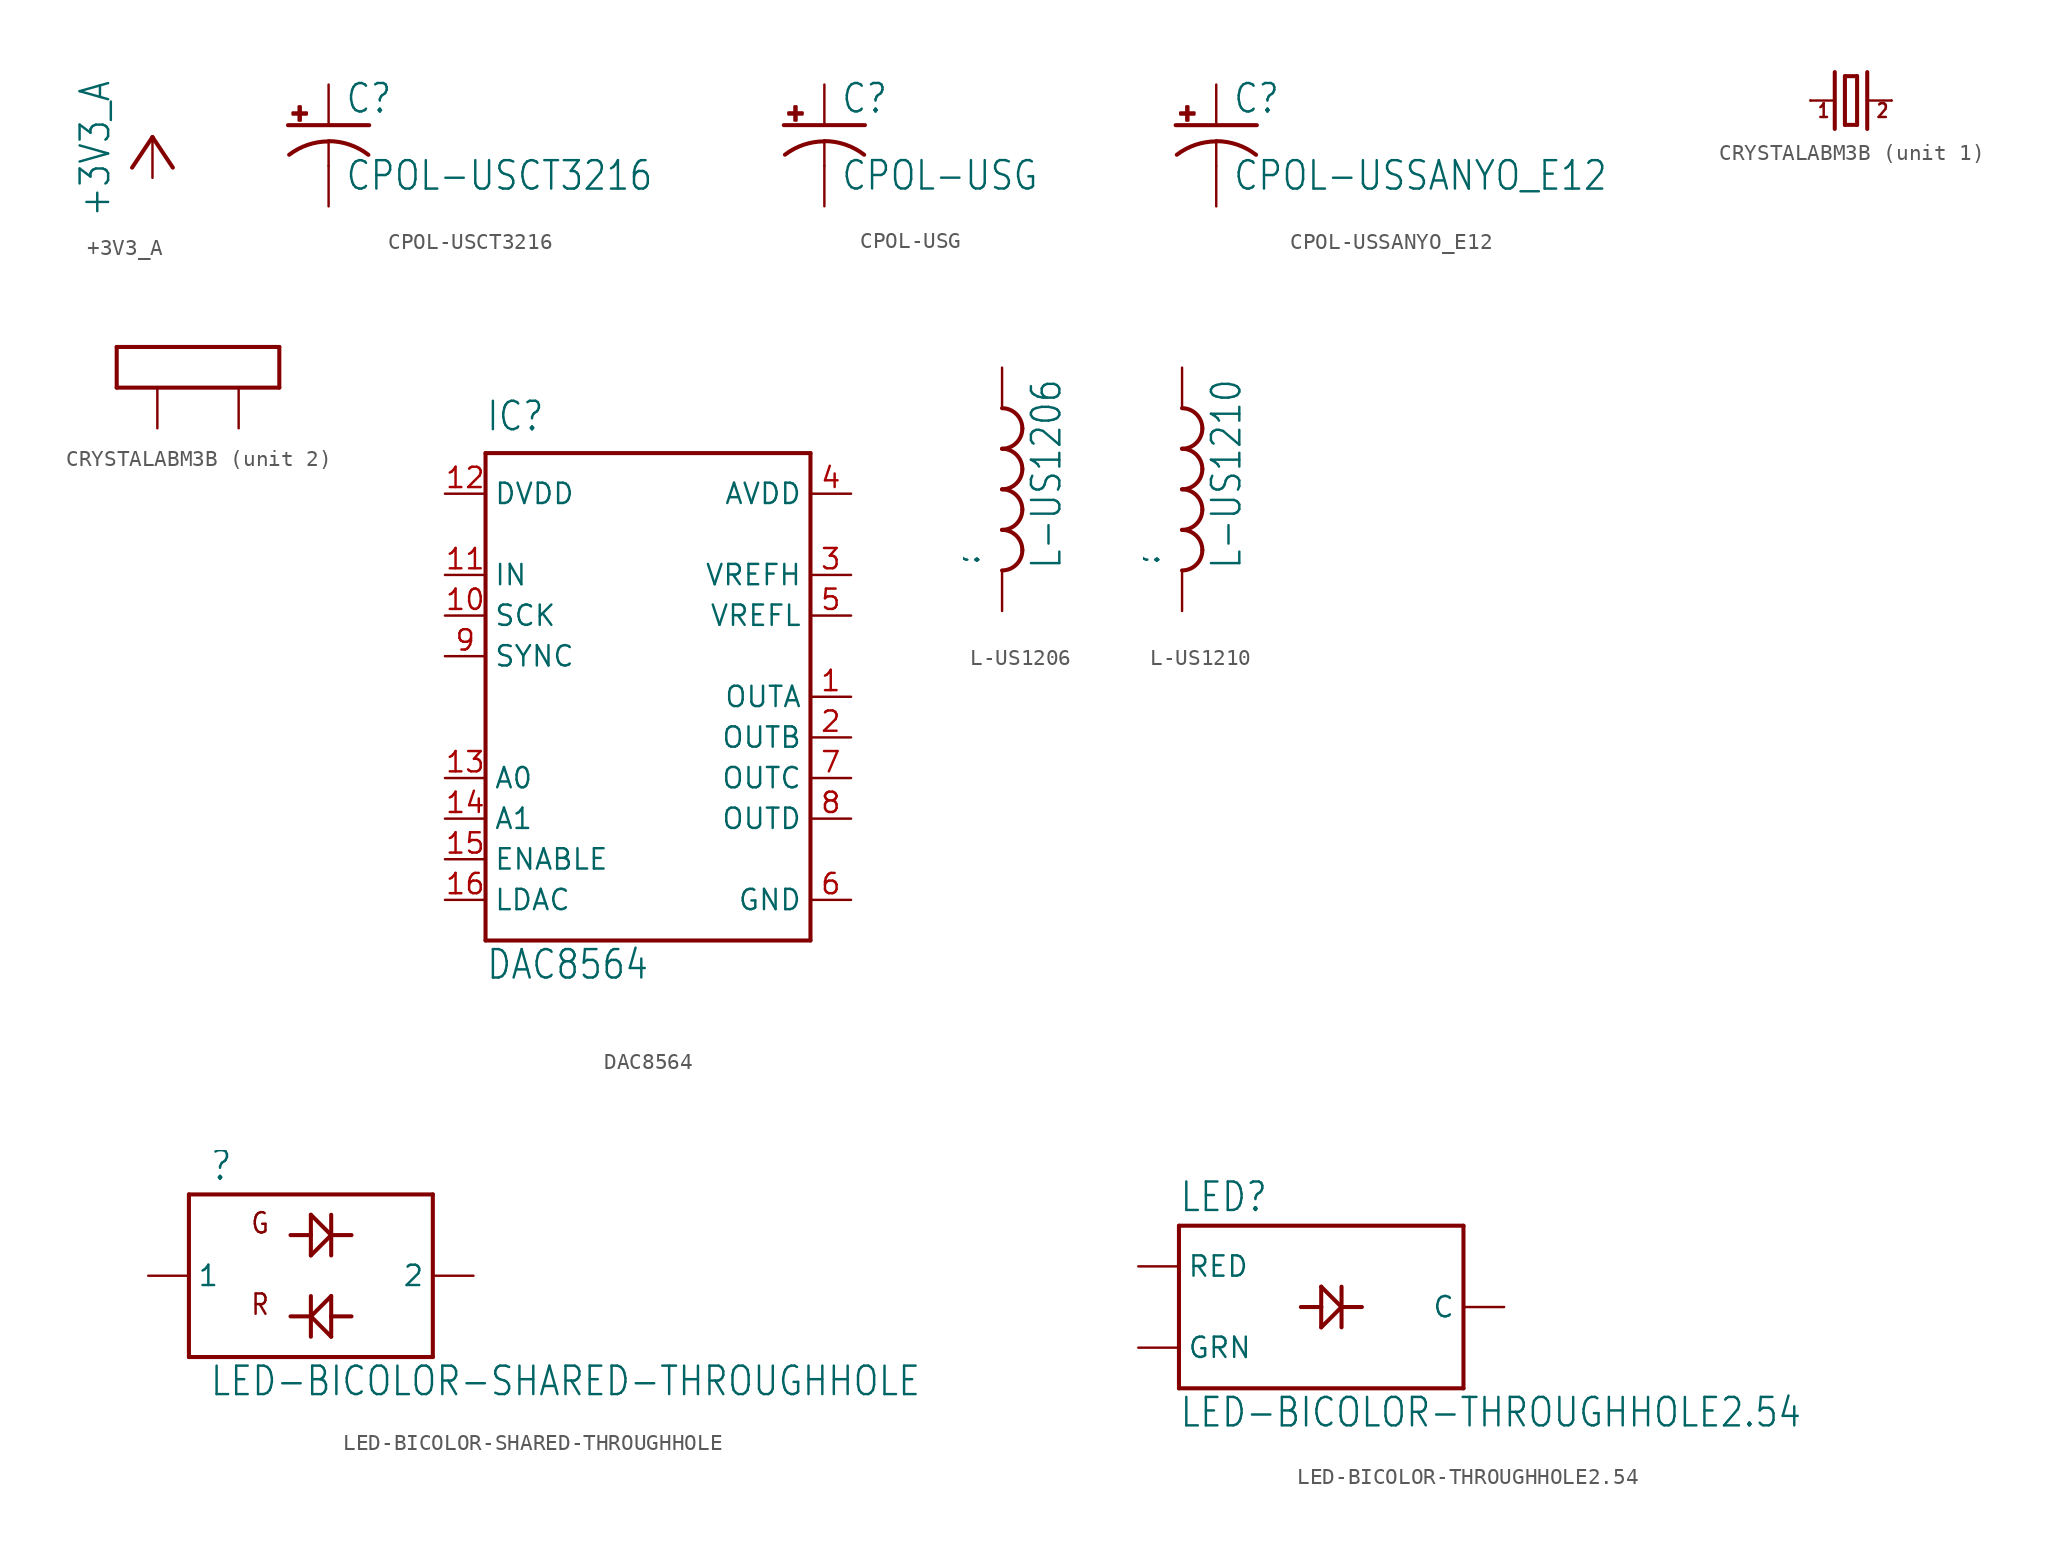
<source format=kicad_sym>
(kicad_symbol_lib
  (version 20211014)
  (generator kicad_symbol_editor)
  (symbol "+3V3_A"
    (power)
    (property "Reference" "#+3V3"
      (at 0 0 0)
      (effects (font (size 1.27 1.27)) hide))
    (property "Value" "+3V3_A"
      (at -2.54 -5.08 90)
      (effects (font (size 1.778 1.511)) (justify left bottom)))
    (property "ki_locked" ""
      (at 0 0 0)
      (effects (font (size 1.27 1.27))))
    (symbol "+3V3_A_1_0"
      (polyline (pts (xy 0 0) (xy -1.27 -1.905)) (stroke (width 0.254) (type default) (color 0 0 0 0)) (fill (type none)))
      (polyline (pts (xy 1.27 -1.905) (xy 0 0)) (stroke (width 0.254) (type default) (color 0 0 0 0)) (fill (type none)))
      (pin power_in line (at 0 -2.54 90) (length 2.54) (name "+3V3_A" (effects (font (size 0 0)))) (number "1" (effects (font (size 0 0)))))))
  (symbol "CPOL-USCT3216"
    (property "Reference" "C"
      (at 1.016 0.635 0)
      (effects (font (size 1.778 1.511)) (justify left bottom)))
    (property "Value" "CPOL-USCT3216"
      (at 1.016 -4.191 0)
      (effects (font (size 1.778 1.511)) (justify left bottom)))
    (property "ki_locked" ""
      (at 0 0 0)
      (effects (font (size 1.27 1.27))))
    (symbol "CPOL-USCT3216_1_0"
      (rectangle (start -2.253 0.668) (end -1.364 0.795) (stroke (width 0) (type default) (color 0 0 0 0)) (fill (type outline)))
      (rectangle (start -1.872 0.287) (end -1.745 1.176) (stroke (width 0) (type default) (color 0 0 0 0)) (fill (type outline)))
      (arc (start 0 -1.0161) (mid -1.3021 -1.2302) (end -2.4669 -1.8504) (stroke (width 0.254) (type default) (color 0 0 0 0)) (fill (type none)))
      (polyline (pts (xy -2.54 0) (xy 2.54 0)) (stroke (width 0.254) (type default) (color 0 0 0 0)) (fill (type none)))
      (polyline (pts (xy 0 -1.016) (xy 0 -2.54)) (stroke (width 0.152) (type default) (color 0 0 0 0)) (fill (type none)))
      (arc (start 2.4892 -1.8542) (mid 1.3158 -1.2195) (end 0 -1) (stroke (width 0.254) (type default) (color 0 0 0 0)) (fill (type none)))
      (pin passive line (at 0 2.54 270) (length 2.54) (name "+" (effects (font (size 0 0)))) (number "+" (effects (font (size 0 0)))))
      (pin passive line (at 0 -5.08 90) (length 2.54) (name "-" (effects (font (size 0 0)))) (number "-" (effects (font (size 0 0)))))))
  (symbol "CPOL-USG"
    (property "Reference" "C"
      (at 1.016 0.635 0)
      (effects (font (size 1.778 1.511)) (justify left bottom)))
    (property "Value" "CPOL-USG"
      (at 1.016 -4.191 0)
      (effects (font (size 1.778 1.511)) (justify left bottom)))
    (property "ki_locked" ""
      (at 0 0 0)
      (effects (font (size 1.27 1.27))))
    (symbol "CPOL-USG_1_0"
      (rectangle (start -2.253 0.668) (end -1.364 0.795) (stroke (width 0) (type default) (color 0 0 0 0)) (fill (type outline)))
      (rectangle (start -1.872 0.287) (end -1.745 1.176) (stroke (width 0) (type default) (color 0 0 0 0)) (fill (type outline)))
      (arc (start 0 -1.0161) (mid -1.3021 -1.2302) (end -2.4669 -1.8504) (stroke (width 0.254) (type default) (color 0 0 0 0)) (fill (type none)))
      (polyline (pts (xy -2.54 0) (xy 2.54 0)) (stroke (width 0.254) (type default) (color 0 0 0 0)) (fill (type none)))
      (polyline (pts (xy 0 -1.016) (xy 0 -2.54)) (stroke (width 0.152) (type default) (color 0 0 0 0)) (fill (type none)))
      (arc (start 2.4892 -1.8542) (mid 1.3158 -1.2195) (end 0 -1) (stroke (width 0.254) (type default) (color 0 0 0 0)) (fill (type none)))
      (pin passive line (at 0 2.54 270) (length 2.54) (name "+" (effects (font (size 0 0)))) (number "+" (effects (font (size 0 0)))))
      (pin passive line (at 0 -5.08 90) (length 2.54) (name "-" (effects (font (size 0 0)))) (number "-" (effects (font (size 0 0)))))))
  (symbol "CPOL-USSANYO_E12"
    (property "Reference" "C"
      (at 1.016 0.635 0)
      (effects (font (size 1.778 1.511)) (justify left bottom)))
    (property "Value" "CPOL-USSANYO_E12"
      (at 1.016 -4.191 0)
      (effects (font (size 1.778 1.511)) (justify left bottom)))
    (property "ki_locked" ""
      (at 0 0 0)
      (effects (font (size 1.27 1.27))))
    (symbol "CPOL-USSANYO_E12_1_0"
      (rectangle (start -2.253 0.668) (end -1.364 0.795) (stroke (width 0) (type default) (color 0 0 0 0)) (fill (type outline)))
      (rectangle (start -1.872 0.287) (end -1.745 1.176) (stroke (width 0) (type default) (color 0 0 0 0)) (fill (type outline)))
      (arc (start 0 -1.0161) (mid -1.3021 -1.2302) (end -2.4669 -1.8504) (stroke (width 0.254) (type default) (color 0 0 0 0)) (fill (type none)))
      (polyline (pts (xy -2.54 0) (xy 2.54 0)) (stroke (width 0.254) (type default) (color 0 0 0 0)) (fill (type none)))
      (polyline (pts (xy 0 -1.016) (xy 0 -2.54)) (stroke (width 0.152) (type default) (color 0 0 0 0)) (fill (type none)))
      (arc (start 2.4892 -1.8542) (mid 1.3158 -1.2195) (end 0 -1) (stroke (width 0.254) (type default) (color 0 0 0 0)) (fill (type none)))
      (pin passive line (at 0 2.54 270) (length 2.54) (name "+" (effects (font (size 0 0)))) (number "+" (effects (font (size 0 0)))))
      (pin passive line (at 0 -5.08 90) (length 2.54) (name "-" (effects (font (size 0 0)))) (number "-" (effects (font (size 0 0)))))))
  (symbol "CRYSTALABM3B"
    (property "Reference" "Q"
      (at 2.54 1.016 0)
      (effects (font (size 1.778 1.511)) (justify left bottom) hide))
    (property "ki_locked" ""
      (at 0 0 0)
      (effects (font (size 1.27 1.27))))
    (symbol "CRYSTALABM3B_1_0"
      (polyline (pts (xy -2.54 0) (xy -1.016 0)) (stroke (width 0.152) (type default) (color 0 0 0 0)) (fill (type none)))
      (polyline (pts (xy -1.016 1.778) (xy -1.016 -1.778)) (stroke (width 0.254) (type default) (color 0 0 0 0)) (fill (type none)))
      (polyline (pts (xy -0.381 -1.524) (xy 0.381 -1.524)) (stroke (width 0.254) (type default) (color 0 0 0 0)) (fill (type none)))
      (polyline (pts (xy -0.381 1.524) (xy -0.381 -1.524)) (stroke (width 0.254) (type default) (color 0 0 0 0)) (fill (type none)))
      (polyline (pts (xy 0.381 -1.524) (xy 0.381 1.524)) (stroke (width 0.254) (type default) (color 0 0 0 0)) (fill (type none)))
      (polyline (pts (xy 0.381 1.524) (xy -0.381 1.524)) (stroke (width 0.254) (type default) (color 0 0 0 0)) (fill (type none)))
      (polyline (pts (xy 1.016 0) (xy 2.54 0)) (stroke (width 0.152) (type default) (color 0 0 0 0)) (fill (type none)))
      (polyline (pts (xy 1.016 1.778) (xy 1.016 -1.778)) (stroke (width 0.254) (type default) (color 0 0 0 0)) (fill (type none)))
      (text "1" (at -2.159 -1.143 0) (effects (font (size 0.864 0.734)) (justify left bottom)))
      (text "2" (at 1.524 -1.143 0) (effects (font (size 0.864 0.734)) (justify left bottom)))
      (pin passive line (at -2.54 0 0) (length 0) (name "1" (effects (font (size 0 0)))) (number "1" (effects (font (size 0 0)))))
      (pin passive line (at 2.54 0 180) (length 0) (name "2" (effects (font (size 0 0)))) (number "3" (effects (font (size 0 0))))))
    (symbol "CRYSTALABM3B_2_0"
      (polyline (pts (xy -2.54 0) (xy 7.62 0)) (stroke (width 0.254) (type default) (color 0 0 0 0)) (fill (type none)))
      (polyline (pts (xy -2.54 2.54) (xy -2.54 0)) (stroke (width 0.254) (type default) (color 0 0 0 0)) (fill (type none)))
      (polyline (pts (xy 7.62 0) (xy 7.62 2.54)) (stroke (width 0.254) (type default) (color 0 0 0 0)) (fill (type none)))
      (polyline (pts (xy 7.62 2.54) (xy -2.54 2.54)) (stroke (width 0.254) (type default) (color 0 0 0 0)) (fill (type none)))
      (pin power_in line (at 0 -2.54 90) (length 2.54) (name "LID1" (effects (font (size 0 0)))) (number "2" (effects (font (size 0 0)))))
      (pin power_in line (at 5.08 -2.54 90) (length 2.54) (name "LID2" (effects (font (size 0 0)))) (number "4" (effects (font (size 0 0)))))))
  (symbol "DAC8564"
    (property "Reference" "IC"
      (at -10.16 16.51 0)
      (effects (font (size 1.778 1.511)) (justify left bottom)))
    (property "Value" "DAC8564"
      (at -10.16 -17.78 0)
      (effects (font (size 1.778 1.511)) (justify left bottom)))
    (property "ki_locked" ""
      (at 0 0 0)
      (effects (font (size 1.27 1.27))))
    (symbol "DAC8564_1_0"
      (polyline (pts (xy -10.16 -15.24) (xy 10.16 -15.24)) (stroke (width 0.254) (type default) (color 0 0 0 0)) (fill (type none)))
      (polyline (pts (xy -10.16 15.24) (xy -10.16 -15.24)) (stroke (width 0.254) (type default) (color 0 0 0 0)) (fill (type none)))
      (polyline (pts (xy 10.16 -15.24) (xy 10.16 15.24)) (stroke (width 0.254) (type default) (color 0 0 0 0)) (fill (type none)))
      (polyline (pts (xy 10.16 15.24) (xy -10.16 15.24)) (stroke (width 0.254) (type default) (color 0 0 0 0)) (fill (type none)))
      (pin output line (at 12.7 0 180) (length 2.54) (name "OUTA" (effects (font (size 1.27 1.27)))) (number "1" (effects (font (size 1.27 1.27)))))
      (pin input line (at -12.7 5.08 0) (length 2.54) (name "SCK" (effects (font (size 1.27 1.27)))) (number "10" (effects (font (size 1.27 1.27)))))
      (pin input line (at -12.7 7.62 0) (length 2.54) (name "IN" (effects (font (size 1.27 1.27)))) (number "11" (effects (font (size 1.27 1.27)))))
      (pin power_in line (at -12.7 12.7 0) (length 2.54) (name "DVDD" (effects (font (size 1.27 1.27)))) (number "12" (effects (font (size 1.27 1.27)))))
      (pin input line (at -12.7 -5.08 0) (length 2.54) (name "A0" (effects (font (size 1.27 1.27)))) (number "13" (effects (font (size 1.27 1.27)))))
      (pin input line (at -12.7 -7.62 0) (length 2.54) (name "A1" (effects (font (size 1.27 1.27)))) (number "14" (effects (font (size 1.27 1.27)))))
      (pin input line (at -12.7 -10.16 0) (length 2.54) (name "ENABLE" (effects (font (size 1.27 1.27)))) (number "15" (effects (font (size 1.27 1.27)))))
      (pin input line (at -12.7 -12.7 0) (length 2.54) (name "LDAC" (effects (font (size 1.27 1.27)))) (number "16" (effects (font (size 1.27 1.27)))))
      (pin output line (at 12.7 -2.54 180) (length 2.54) (name "OUTB" (effects (font (size 1.27 1.27)))) (number "2" (effects (font (size 1.27 1.27)))))
      (pin bidirectional line (at 12.7 7.62 180) (length 2.54) (name "VREFH" (effects (font (size 1.27 1.27)))) (number "3" (effects (font (size 1.27 1.27)))))
      (pin power_in line (at 12.7 12.7 180) (length 2.54) (name "AVDD" (effects (font (size 1.27 1.27)))) (number "4" (effects (font (size 1.27 1.27)))))
      (pin bidirectional line (at 12.7 5.08 180) (length 2.54) (name "VREFL" (effects (font (size 1.27 1.27)))) (number "5" (effects (font (size 1.27 1.27)))))
      (pin power_in line (at 12.7 -12.7 180) (length 2.54) (name "GND" (effects (font (size 1.27 1.27)))) (number "6" (effects (font (size 1.27 1.27)))))
      (pin output line (at 12.7 -5.08 180) (length 2.54) (name "OUTC" (effects (font (size 1.27 1.27)))) (number "7" (effects (font (size 1.27 1.27)))))
      (pin output line (at 12.7 -7.62 180) (length 2.54) (name "OUTD" (effects (font (size 1.27 1.27)))) (number "8" (effects (font (size 1.27 1.27)))))
      (pin input line (at -12.7 2.54 0) (length 2.54) (name "SYNC" (effects (font (size 1.27 1.27)))) (number "9" (effects (font (size 1.27 1.27)))))))
  (symbol "L-US1206"
    (property "Reference" ""
      (at -1.27 -5.08 90)
      (effects (font (size 1.778 1.511)) (justify left bottom)))
    (property "Value" "L-US1206"
      (at 3.81 -5.08 90)
      (effects (font (size 1.778 1.511)) (justify left bottom)))
    (property "ki_locked" ""
      (at 0 0 0)
      (effects (font (size 1.27 1.27))))
    (symbol "L-US1206_1_0"
      (arc (start 0 -5.08) (mid 0.898 -4.708) (end 1.27 -3.81) (stroke (width 0.254) (type default) (color 0 0 0 0)) (fill (type none)))
      (arc (start 0 -2.54) (mid 0.898 -2.168) (end 1.27 -1.27) (stroke (width 0.254) (type default) (color 0 0 0 0)) (fill (type none)))
      (arc (start 0 0) (mid 0.898 0.372) (end 1.27 1.27) (stroke (width 0.254) (type default) (color 0 0 0 0)) (fill (type none)))
      (arc (start 0 2.54) (mid 0.898 2.912) (end 1.27 3.81) (stroke (width 0.254) (type default) (color 0 0 0 0)) (fill (type none)))
      (arc (start 1.27 -3.81) (mid 0.898 -2.912) (end 0 -2.54) (stroke (width 0.254) (type default) (color 0 0 0 0)) (fill (type none)))
      (arc (start 1.27 -1.27) (mid 0.898 -0.372) (end 0 0) (stroke (width 0.254) (type default) (color 0 0 0 0)) (fill (type none)))
      (arc (start 1.27 1.27) (mid 0.898 2.168) (end 0 2.54) (stroke (width 0.254) (type default) (color 0 0 0 0)) (fill (type none)))
      (arc (start 1.27 3.81) (mid 0.898 4.708) (end 0 5.08) (stroke (width 0.254) (type default) (color 0 0 0 0)) (fill (type none)))
      (pin passive line (at 0 7.62 270) (length 2.54) (name "1" (effects (font (size 0 0)))) (number "1" (effects (font (size 0 0)))))
      (pin passive line (at 0 -7.62 90) (length 2.54) (name "2" (effects (font (size 0 0)))) (number "2" (effects (font (size 0 0)))))))
  (symbol "L-US1210"
    (property "Reference" ""
      (at -1.27 -5.08 90)
      (effects (font (size 1.778 1.511)) (justify left bottom)))
    (property "Value" "L-US1210"
      (at 3.81 -5.08 90)
      (effects (font (size 1.778 1.511)) (justify left bottom)))
    (property "ki_locked" ""
      (at 0 0 0)
      (effects (font (size 1.27 1.27))))
    (symbol "L-US1210_1_0"
      (arc (start 0 -5.08) (mid 0.898 -4.708) (end 1.27 -3.81) (stroke (width 0.254) (type default) (color 0 0 0 0)) (fill (type none)))
      (arc (start 0 -2.54) (mid 0.898 -2.168) (end 1.27 -1.27) (stroke (width 0.254) (type default) (color 0 0 0 0)) (fill (type none)))
      (arc (start 0 0) (mid 0.898 0.372) (end 1.27 1.27) (stroke (width 0.254) (type default) (color 0 0 0 0)) (fill (type none)))
      (arc (start 0 2.54) (mid 0.898 2.912) (end 1.27 3.81) (stroke (width 0.254) (type default) (color 0 0 0 0)) (fill (type none)))
      (arc (start 1.27 -3.81) (mid 0.898 -2.912) (end 0 -2.54) (stroke (width 0.254) (type default) (color 0 0 0 0)) (fill (type none)))
      (arc (start 1.27 -1.27) (mid 0.898 -0.372) (end 0 0) (stroke (width 0.254) (type default) (color 0 0 0 0)) (fill (type none)))
      (arc (start 1.27 1.27) (mid 0.898 2.168) (end 0 2.54) (stroke (width 0.254) (type default) (color 0 0 0 0)) (fill (type none)))
      (arc (start 1.27 3.81) (mid 0.898 4.708) (end 0 5.08) (stroke (width 0.254) (type default) (color 0 0 0 0)) (fill (type none)))
      (pin passive line (at 0 7.62 270) (length 2.54) (name "1" (effects (font (size 0 0)))) (number "1" (effects (font (size 0 0)))))
      (pin passive line (at 0 -7.62 90) (length 2.54) (name "2" (effects (font (size 0 0)))) (number "2" (effects (font (size 0 0)))))))
  (symbol "LED-BICOLOR-SHARED-THROUGHHOLE"
    (property "Reference" ""
      (at -6.35 5.842 0)
      (effects (font (size 1.778 1.511)) (justify left bottom)))
    (property "Value" "LED-BICOLOR-SHARED-THROUGHHOLE"
      (at -6.35 -7.62 0)
      (effects (font (size 1.778 1.511)) (justify left bottom)))
    (property "ki_locked" ""
      (at 0 0 0)
      (effects (font (size 1.27 1.27))))
    (symbol "LED-BICOLOR-SHARED-THROUGHHOLE_1_0"
      (polyline (pts (xy -7.62 -5.08) (xy -7.62 5.08)) (stroke (width 0.254) (type default) (color 0 0 0 0)) (fill (type none)))
      (polyline (pts (xy -7.62 5.08) (xy 7.62 5.08)) (stroke (width 0.254) (type default) (color 0 0 0 0)) (fill (type none)))
      (polyline (pts (xy 0 -2.54) (xy -1.27 -2.54)) (stroke (width 0.254) (type default) (color 0 0 0 0)) (fill (type none)))
      (polyline (pts (xy 0 -2.54) (xy 0 -3.81)) (stroke (width 0.254) (type default) (color 0 0 0 0)) (fill (type none)))
      (polyline (pts (xy 0 -2.54) (xy 1.27 -1.27)) (stroke (width 0.254) (type default) (color 0 0 0 0)) (fill (type none)))
      (polyline (pts (xy 0 -1.27) (xy 0 -2.54)) (stroke (width 0.254) (type default) (color 0 0 0 0)) (fill (type none)))
      (polyline (pts (xy 0 1.27) (xy 1.27 2.54)) (stroke (width 0.254) (type default) (color 0 0 0 0)) (fill (type none)))
      (polyline (pts (xy 0 2.54) (xy -1.27 2.54)) (stroke (width 0.254) (type default) (color 0 0 0 0)) (fill (type none)))
      (polyline (pts (xy 0 2.54) (xy 0 1.27)) (stroke (width 0.254) (type default) (color 0 0 0 0)) (fill (type none)))
      (polyline (pts (xy 0 3.81) (xy 0 2.54)) (stroke (width 0.254) (type default) (color 0 0 0 0)) (fill (type none)))
      (polyline (pts (xy 1.27 -3.81) (xy 0 -2.54)) (stroke (width 0.254) (type default) (color 0 0 0 0)) (fill (type none)))
      (polyline (pts (xy 1.27 -2.54) (xy 1.27 -3.81)) (stroke (width 0.254) (type default) (color 0 0 0 0)) (fill (type none)))
      (polyline (pts (xy 1.27 -2.54) (xy 2.54 -2.54)) (stroke (width 0.254) (type default) (color 0 0 0 0)) (fill (type none)))
      (polyline (pts (xy 1.27 -1.27) (xy 1.27 -2.54)) (stroke (width 0.254) (type default) (color 0 0 0 0)) (fill (type none)))
      (polyline (pts (xy 1.27 2.54) (xy 0 3.81)) (stroke (width 0.254) (type default) (color 0 0 0 0)) (fill (type none)))
      (polyline (pts (xy 1.27 2.54) (xy 1.27 1.27)) (stroke (width 0.254) (type default) (color 0 0 0 0)) (fill (type none)))
      (polyline (pts (xy 1.27 2.54) (xy 2.54 2.54)) (stroke (width 0.254) (type default) (color 0 0 0 0)) (fill (type none)))
      (polyline (pts (xy 1.27 3.81) (xy 1.27 2.54)) (stroke (width 0.254) (type default) (color 0 0 0 0)) (fill (type none)))
      (polyline (pts (xy 7.62 -5.08) (xy -7.62 -5.08)) (stroke (width 0.254) (type default) (color 0 0 0 0)) (fill (type none)))
      (polyline (pts (xy 7.62 5.08) (xy 7.62 -5.08)) (stroke (width 0.254) (type default) (color 0 0 0 0)) (fill (type none)))
      (text "G" (at -3.81 2.54 0) (effects (font (size 1.27 1.079)) (justify left bottom)))
      (text "R" (at -3.81 -2.54 0) (effects (font (size 1.27 1.079)) (justify left bottom)))
      (pin bidirectional line (at -10.16 0 0) (length 2.54) (name "1" (effects (font (size 1.27 1.27)))) (number "1" (effects (font (size 0 0)))))
      (pin bidirectional line (at 10.16 0 180) (length 2.54) (name "2" (effects (font (size 1.27 1.27)))) (number "2" (effects (font (size 0 0)))))))
  (symbol "LED-BICOLOR-THROUGHHOLE2.54"
    (property "Reference" "LED"
      (at -7.62 5.842 0)
      (effects (font (size 1.778 1.511)) (justify left bottom)))
    (property "Value" "LED-BICOLOR-THROUGHHOLE2.54"
      (at -7.62 -7.62 0)
      (effects (font (size 1.778 1.511)) (justify left bottom)))
    (property "ki_locked" ""
      (at 0 0 0)
      (effects (font (size 1.27 1.27))))
    (symbol "LED-BICOLOR-THROUGHHOLE2.54_1_0"
      (polyline (pts (xy -7.62 -5.08) (xy -7.62 5.08)) (stroke (width 0.254) (type default) (color 0 0 0 0)) (fill (type none)))
      (polyline (pts (xy -7.62 5.08) (xy 10.16 5.08)) (stroke (width 0.254) (type default) (color 0 0 0 0)) (fill (type none)))
      (polyline (pts (xy 1.27 -1.27) (xy 2.54 0)) (stroke (width 0.254) (type default) (color 0 0 0 0)) (fill (type none)))
      (polyline (pts (xy 1.27 0) (xy 0 0)) (stroke (width 0.254) (type default) (color 0 0 0 0)) (fill (type none)))
      (polyline (pts (xy 1.27 0) (xy 1.27 -1.27)) (stroke (width 0.254) (type default) (color 0 0 0 0)) (fill (type none)))
      (polyline (pts (xy 1.27 1.27) (xy 1.27 0)) (stroke (width 0.254) (type default) (color 0 0 0 0)) (fill (type none)))
      (polyline (pts (xy 2.54 0) (xy 1.27 1.27)) (stroke (width 0.254) (type default) (color 0 0 0 0)) (fill (type none)))
      (polyline (pts (xy 2.54 0) (xy 2.54 -1.27)) (stroke (width 0.254) (type default) (color 0 0 0 0)) (fill (type none)))
      (polyline (pts (xy 2.54 0) (xy 3.81 0)) (stroke (width 0.254) (type default) (color 0 0 0 0)) (fill (type none)))
      (polyline (pts (xy 2.54 1.27) (xy 2.54 0)) (stroke (width 0.254) (type default) (color 0 0 0 0)) (fill (type none)))
      (polyline (pts (xy 10.16 -5.08) (xy -7.62 -5.08)) (stroke (width 0.254) (type default) (color 0 0 0 0)) (fill (type none)))
      (polyline (pts (xy 10.16 5.08) (xy 10.16 -5.08)) (stroke (width 0.254) (type default) (color 0 0 0 0)) (fill (type none)))
      (pin bidirectional line (at -10.16 -2.54 0) (length 2.54) (name "GRN" (effects (font (size 1.27 1.27)))) (number "1" (effects (font (size 0 0)))))
      (pin bidirectional line (at 12.7 0 180) (length 2.54) (name "C" (effects (font (size 1.27 1.27)))) (number "2" (effects (font (size 0 0)))))
      (pin bidirectional line (at -10.16 2.54 0) (length 2.54) (name "RED" (effects (font (size 1.27 1.27)))) (number "3" (effects (font (size 0 0))))))))
</source>
